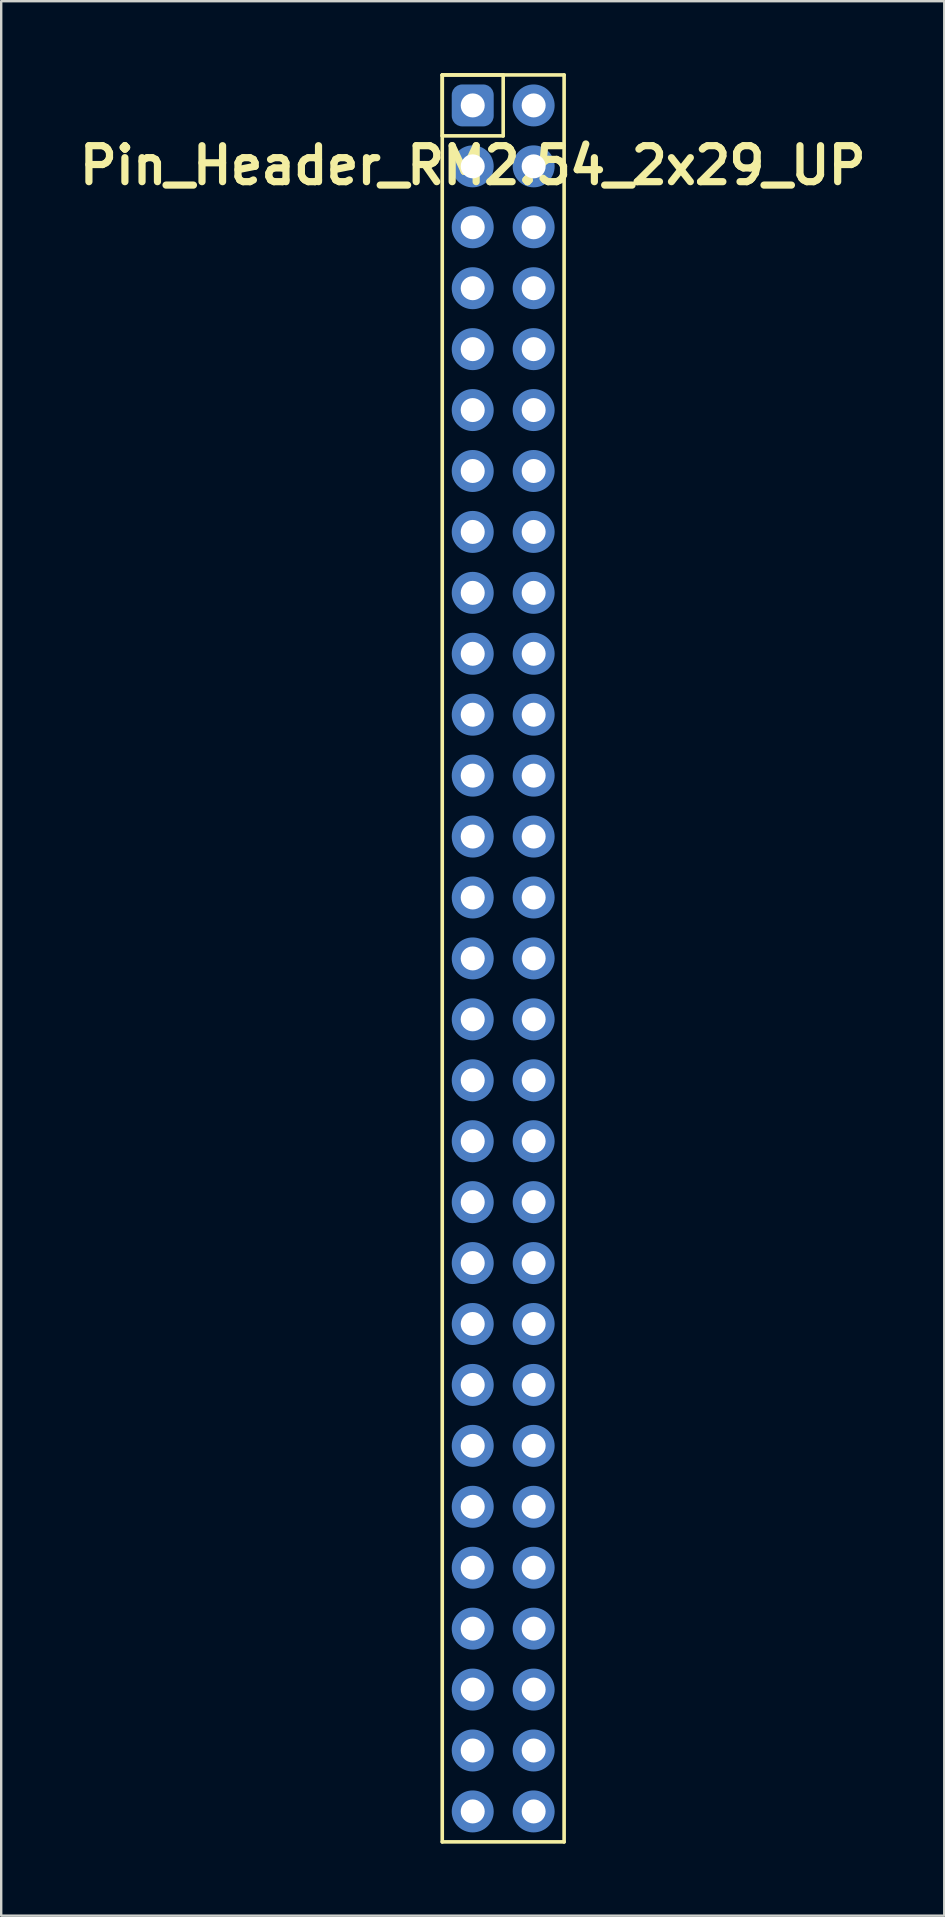
<source format=kicad_pcb>
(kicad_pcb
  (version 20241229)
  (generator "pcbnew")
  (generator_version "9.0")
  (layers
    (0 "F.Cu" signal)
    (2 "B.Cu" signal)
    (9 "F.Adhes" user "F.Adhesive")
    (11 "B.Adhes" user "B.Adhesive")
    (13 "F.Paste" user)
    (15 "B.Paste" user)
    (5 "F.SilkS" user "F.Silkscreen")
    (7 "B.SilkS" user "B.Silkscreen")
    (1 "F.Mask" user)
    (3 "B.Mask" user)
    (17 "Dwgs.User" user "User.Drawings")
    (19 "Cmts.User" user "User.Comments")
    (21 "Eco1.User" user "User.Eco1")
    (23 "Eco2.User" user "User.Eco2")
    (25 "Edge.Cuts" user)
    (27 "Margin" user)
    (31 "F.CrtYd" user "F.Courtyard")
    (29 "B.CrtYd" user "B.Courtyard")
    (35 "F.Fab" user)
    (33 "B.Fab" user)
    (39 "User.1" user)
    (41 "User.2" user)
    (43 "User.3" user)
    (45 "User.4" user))
  (footprint "Pin_Header_RM2.54_2x29_UP"
    (layer "F.Cu")
    (at 16.657 1.345)
    (property "Reference" "Pin_Header_RM2.54_2x29_UP" (at 0 2.5 0) (layer "F.SilkS") (effects (font (size 1.5 1.5) (thickness 0.3))))
    (attr through_hole)
    (fp_line (start -1.27 -1.27) (end 1.27 -1.27) (stroke (width 0.15) (type solid)) (layer "F.SilkS"))
    (fp_line (start -1.27 -1.27) (end 3.81 -1.27) (stroke (width 0.15) (type solid)) (layer "F.SilkS"))
    (fp_line (start -1.27 1.27) (end -1.27 -1.27) (stroke (width 0.15) (type solid)) (layer "F.SilkS"))
    (fp_line (start -1.27 72.39) (end -1.27 -1.27) (stroke (width 0.15) (type solid)) (layer "F.SilkS"))
    (fp_line (start 1.27 -1.27) (end 1.27 1.27) (stroke (width 0.15) (type solid)) (layer "F.SilkS"))
    (fp_line (start 1.27 1.27) (end -1.27 1.27) (stroke (width 0.15) (type solid)) (layer "F.SilkS"))
    (fp_line (start 3.81 -1.27) (end 3.81 72.39) (stroke (width 0.15) (type solid)) (layer "F.SilkS"))
    (fp_line (start 3.81 72.39) (end -1.27 72.39) (stroke (width 0.15) (type solid)) (layer "F.SilkS"))
    (pad "1" thru_hole circle (at 0 0) (size 1.3 1.3) (drill 1) (layers "*.Cu" "*.Mask"))
    (pad "1" smd roundrect (at 0 0) (size 1.5 1.5) (layers "F.Cu" "F.Mask") (roundrect_rratio 0.25))
    (pad "1" smd roundrect (at 0 0) (size 1.75 1.75) (layers "B.Cu" "B.Mask") (roundrect_rratio 0.25))
    (pad "2" thru_hole circle (at 2.54 0) (size 1.3 1.3) (drill 1) (layers "*.Cu" "*.Mask"))
    (pad "2" smd circle (at 2.54 0) (size 1.5 1.5) (layers "F.Cu" "F.Mask"))
    (pad "2" smd circle (at 2.54 0) (size 1.75 1.75) (layers "B.Cu" "B.Mask"))
    (pad "3" thru_hole circle (at 0 2.54) (size 1.3 1.3) (drill 1) (layers "*.Cu" "*.Mask"))
    (pad "3" smd circle (at 0 2.54) (size 1.5 1.5) (layers "F.Cu" "F.Mask"))
    (pad "3" smd circle (at 0 2.54) (size 1.75 1.75) (layers "B.Cu" "B.Mask"))
    (pad "4" thru_hole circle (at 2.54 2.54) (size 1.3 1.3) (drill 1) (layers "*.Cu" "*.Mask"))
    (pad "4" smd circle (at 2.54 2.54) (size 1.5 1.5) (layers "F.Cu" "F.Mask"))
    (pad "4" smd circle (at 2.54 2.54) (size 1.75 1.75) (layers "B.Cu" "B.Mask"))
    (pad "5" thru_hole circle (at 0 5.08) (size 1.3 1.3) (drill 1) (layers "*.Cu" "*.Mask"))
    (pad "5" smd circle (at 0 5.08) (size 1.5 1.5) (layers "F.Cu" "F.Mask"))
    (pad "5" smd circle (at 0 5.08) (size 1.75 1.75) (layers "B.Cu" "B.Mask"))
    (pad "6" thru_hole circle (at 2.54 5.08) (size 1.3 1.3) (drill 1) (layers "*.Cu" "*.Mask"))
    (pad "6" smd circle (at 2.54 5.08) (size 1.5 1.5) (layers "F.Cu" "F.Mask"))
    (pad "6" smd circle (at 2.54 5.08) (size 1.75 1.75) (layers "B.Cu" "B.Mask"))
    (pad "7" thru_hole circle (at 0 7.62) (size 1.3 1.3) (drill 1) (layers "*.Cu" "*.Mask"))
    (pad "7" smd circle (at 0 7.62) (size 1.5 1.5) (layers "F.Cu" "F.Mask"))
    (pad "7" smd circle (at 0 7.62) (size 1.75 1.75) (layers "B.Cu" "B.Mask"))
    (pad "8" thru_hole circle (at 2.54 7.62) (size 1.3 1.3) (drill 1) (layers "*.Cu" "*.Mask"))
    (pad "8" smd circle (at 2.54 7.62) (size 1.5 1.5) (layers "F.Cu" "F.Mask"))
    (pad "8" smd circle (at 2.54 7.62) (size 1.75 1.75) (layers "B.Cu" "B.Mask"))
    (pad "9" thru_hole circle (at 0 10.16) (size 1.3 1.3) (drill 1) (layers "*.Cu" "*.Mask"))
    (pad "9" smd circle (at 0 10.16) (size 1.5 1.5) (layers "F.Cu" "F.Mask"))
    (pad "9" smd circle (at 0 10.16) (size 1.75 1.75) (layers "B.Cu" "B.Mask"))
    (pad "10" thru_hole circle (at 2.54 10.16) (size 1.3 1.3) (drill 1) (layers "*.Cu" "*.Mask"))
    (pad "10" smd circle (at 2.54 10.16) (size 1.5 1.5) (layers "F.Cu" "F.Mask"))
    (pad "10" smd circle (at 2.54 10.16) (size 1.75 1.75) (layers "B.Cu" "B.Mask"))
    (pad "11" thru_hole circle (at 0 12.7) (size 1.3 1.3) (drill 1) (layers "*.Cu" "*.Mask"))
    (pad "11" smd circle (at 0 12.7) (size 1.5 1.5) (layers "F.Cu" "F.Mask"))
    (pad "11" smd circle (at 0 12.7) (size 1.75 1.75) (layers "B.Cu" "B.Mask"))
    (pad "12" thru_hole circle (at 2.54 12.7) (size 1.3 1.3) (drill 1) (layers "*.Cu" "*.Mask"))
    (pad "12" smd circle (at 2.54 12.7) (size 1.5 1.5) (layers "F.Cu" "F.Mask"))
    (pad "12" smd circle (at 2.54 12.7) (size 1.75 1.75) (layers "B.Cu" "B.Mask"))
    (pad "13" thru_hole circle (at 0 15.24) (size 1.3 1.3) (drill 1) (layers "*.Cu" "*.Mask"))
    (pad "13" smd circle (at 0 15.24) (size 1.5 1.5) (layers "F.Cu" "F.Mask"))
    (pad "13" smd circle (at 0 15.24) (size 1.75 1.75) (layers "B.Cu" "B.Mask"))
    (pad "14" thru_hole circle (at 2.54 15.24) (size 1.3 1.3) (drill 1) (layers "*.Cu" "*.Mask"))
    (pad "14" smd circle (at 2.54 15.24) (size 1.5 1.5) (layers "F.Cu" "F.Mask"))
    (pad "14" smd circle (at 2.54 15.24) (size 1.75 1.75) (layers "B.Cu" "B.Mask"))
    (pad "15" thru_hole circle (at 0 17.78) (size 1.3 1.3) (drill 1) (layers "*.Cu" "*.Mask"))
    (pad "15" smd circle (at 0 17.78) (size 1.5 1.5) (layers "F.Cu" "F.Mask"))
    (pad "15" smd circle (at 0 17.78) (size 1.75 1.75) (layers "B.Cu" "B.Mask"))
    (pad "16" thru_hole circle (at 2.54 17.78) (size 1.3 1.3) (drill 1) (layers "*.Cu" "*.Mask"))
    (pad "16" smd circle (at 2.54 17.78) (size 1.5 1.5) (layers "F.Cu" "F.Mask"))
    (pad "16" smd circle (at 2.54 17.78) (size 1.75 1.75) (layers "B.Cu" "B.Mask"))
    (pad "17" thru_hole circle (at 0 20.32) (size 1.3 1.3) (drill 1) (layers "*.Cu" "*.Mask"))
    (pad "17" smd circle (at 0 20.32) (size 1.5 1.5) (layers "F.Cu" "F.Mask"))
    (pad "17" smd circle (at 0 20.32) (size 1.75 1.75) (layers "B.Cu" "B.Mask"))
    (pad "18" thru_hole circle (at 2.54 20.32) (size 1.3 1.3) (drill 1) (layers "*.Cu" "*.Mask"))
    (pad "18" smd circle (at 2.54 20.32) (size 1.5 1.5) (layers "F.Cu" "F.Mask"))
    (pad "18" smd circle (at 2.54 20.32) (size 1.75 1.75) (layers "B.Cu" "B.Mask"))
    (pad "19" thru_hole circle (at 0 22.86) (size 1.3 1.3) (drill 1) (layers "*.Cu" "*.Mask"))
    (pad "19" smd circle (at 0 22.86) (size 1.5 1.5) (layers "F.Cu" "F.Mask"))
    (pad "19" smd circle (at 0 22.86) (size 1.75 1.75) (layers "B.Cu" "B.Mask"))
    (pad "20" thru_hole circle (at 2.54 22.86) (size 1.3 1.3) (drill 1) (layers "*.Cu" "*.Mask"))
    (pad "20" smd circle (at 2.54 22.86) (size 1.5 1.5) (layers "F.Cu" "F.Mask"))
    (pad "20" smd circle (at 2.54 22.86) (size 1.75 1.75) (layers "B.Cu" "B.Mask"))
    (pad "21" thru_hole circle (at 0 25.4) (size 1.3 1.3) (drill 1) (layers "*.Cu" "*.Mask"))
    (pad "21" smd circle (at 0 25.4) (size 1.5 1.5) (layers "F.Cu" "F.Mask"))
    (pad "21" smd circle (at 0 25.4) (size 1.75 1.75) (layers "B.Cu" "B.Mask"))
    (pad "22" thru_hole circle (at 2.54 25.4) (size 1.3 1.3) (drill 1) (layers "*.Cu" "*.Mask"))
    (pad "22" smd circle (at 2.54 25.4) (size 1.5 1.5) (layers "F.Cu" "F.Mask"))
    (pad "22" smd circle (at 2.54 25.4) (size 1.75 1.75) (layers "B.Cu" "B.Mask"))
    (pad "23" thru_hole circle (at 0 27.94) (size 1.3 1.3) (drill 1) (layers "*.Cu" "*.Mask"))
    (pad "23" smd circle (at 0 27.94) (size 1.5 1.5) (layers "F.Cu" "F.Mask"))
    (pad "23" smd circle (at 0 27.94) (size 1.75 1.75) (layers "B.Cu" "B.Mask"))
    (pad "24" thru_hole circle (at 2.54 27.94) (size 1.3 1.3) (drill 1) (layers "*.Cu" "*.Mask"))
    (pad "24" smd circle (at 2.54 27.94) (size 1.5 1.5) (layers "F.Cu" "F.Mask"))
    (pad "24" smd circle (at 2.54 27.94) (size 1.75 1.75) (layers "B.Cu" "B.Mask"))
    (pad "25" thru_hole circle (at 0 30.48) (size 1.3 1.3) (drill 1) (layers "*.Cu" "*.Mask"))
    (pad "25" smd circle (at 0 30.48) (size 1.5 1.5) (layers "F.Cu" "F.Mask"))
    (pad "25" smd circle (at 0 30.48) (size 1.75 1.75) (layers "B.Cu" "B.Mask"))
    (pad "26" thru_hole circle (at 2.54 30.48) (size 1.3 1.3) (drill 1) (layers "*.Cu" "*.Mask"))
    (pad "26" smd circle (at 2.54 30.48) (size 1.5 1.5) (layers "F.Cu" "F.Mask"))
    (pad "26" smd circle (at 2.54 30.48) (size 1.75 1.75) (layers "B.Cu" "B.Mask"))
    (pad "27" thru_hole circle (at 0 33.02) (size 1.3 1.3) (drill 1) (layers "*.Cu" "*.Mask"))
    (pad "27" smd circle (at 0 33.02) (size 1.5 1.5) (layers "F.Cu" "F.Mask"))
    (pad "27" smd circle (at 0 33.02) (size 1.75 1.75) (layers "B.Cu" "B.Mask"))
    (pad "28" thru_hole circle (at 2.54 33.02) (size 1.3 1.3) (drill 1) (layers "*.Cu" "*.Mask"))
    (pad "28" smd circle (at 2.54 33.02) (size 1.5 1.5) (layers "F.Cu" "F.Mask"))
    (pad "28" smd circle (at 2.54 33.02) (size 1.75 1.75) (layers "B.Cu" "B.Mask"))
    (pad "29" thru_hole circle (at 0 35.56) (size 1.3 1.3) (drill 1) (layers "*.Cu" "*.Mask"))
    (pad "29" smd circle (at 0 35.56) (size 1.5 1.5) (layers "F.Cu" "F.Mask"))
    (pad "29" smd circle (at 0 35.56) (size 1.75 1.75) (layers "B.Cu" "B.Mask"))
    (pad "30" thru_hole circle (at 2.54 35.56) (size 1.3 1.3) (drill 1) (layers "*.Cu" "*.Mask"))
    (pad "30" smd circle (at 2.54 35.56) (size 1.5 1.5) (layers "F.Cu" "F.Mask"))
    (pad "30" smd circle (at 2.54 35.56) (size 1.75 1.75) (layers "B.Cu" "B.Mask"))
    (pad "31" thru_hole circle (at 0 38.1) (size 1.3 1.3) (drill 1) (layers "*.Cu" "*.Mask"))
    (pad "31" smd circle (at 0 38.1) (size 1.5 1.5) (layers "F.Cu" "F.Mask"))
    (pad "31" smd circle (at 0 38.1) (size 1.75 1.75) (layers "B.Cu" "B.Mask"))
    (pad "32" thru_hole circle (at 2.54 38.1) (size 1.3 1.3) (drill 1) (layers "*.Cu" "*.Mask"))
    (pad "32" smd circle (at 2.54 38.1) (size 1.5 1.5) (layers "F.Cu" "F.Mask"))
    (pad "32" smd circle (at 2.54 38.1) (size 1.75 1.75) (layers "B.Cu" "B.Mask"))
    (pad "33" thru_hole circle (at 0 40.64) (size 1.3 1.3) (drill 1) (layers "*.Cu" "*.Mask"))
    (pad "33" smd circle (at 0 40.64) (size 1.5 1.5) (layers "F.Cu" "F.Mask"))
    (pad "33" smd circle (at 0 40.64) (size 1.75 1.75) (layers "B.Cu" "B.Mask"))
    (pad "34" thru_hole circle (at 2.54 40.64) (size 1.3 1.3) (drill 1) (layers "*.Cu" "*.Mask"))
    (pad "34" smd circle (at 2.54 40.64) (size 1.5 1.5) (layers "F.Cu" "F.Mask"))
    (pad "34" smd circle (at 2.54 40.64) (size 1.75 1.75) (layers "B.Cu" "B.Mask"))
    (pad "35" thru_hole circle (at 0 43.18) (size 1.3 1.3) (drill 1) (layers "*.Cu" "*.Mask"))
    (pad "35" smd circle (at 0 43.18) (size 1.5 1.5) (layers "F.Cu" "F.Mask"))
    (pad "35" smd circle (at 0 43.18) (size 1.75 1.75) (layers "B.Cu" "B.Mask"))
    (pad "36" thru_hole circle (at 2.54 43.18) (size 1.3 1.3) (drill 1) (layers "*.Cu" "*.Mask"))
    (pad "36" smd circle (at 2.54 43.18) (size 1.5 1.5) (layers "F.Cu" "F.Mask"))
    (pad "36" smd circle (at 2.54 43.18) (size 1.75 1.75) (layers "B.Cu" "B.Mask"))
    (pad "37" thru_hole circle (at 0 45.72) (size 1.3 1.3) (drill 1) (layers "*.Cu" "*.Mask"))
    (pad "37" smd circle (at 0 45.72) (size 1.5 1.5) (layers "F.Cu" "F.Mask"))
    (pad "37" smd circle (at 0 45.72) (size 1.75 1.75) (layers "B.Cu" "B.Mask"))
    (pad "38" thru_hole circle (at 2.54 45.72) (size 1.3 1.3) (drill 1) (layers "*.Cu" "*.Mask"))
    (pad "38" smd circle (at 2.54 45.72) (size 1.5 1.5) (layers "F.Cu" "F.Mask"))
    (pad "38" smd circle (at 2.54 45.72) (size 1.75 1.75) (layers "B.Cu" "B.Mask"))
    (pad "39" thru_hole circle (at 0 48.26) (size 1.3 1.3) (drill 1) (layers "*.Cu" "*.Mask"))
    (pad "39" smd circle (at 0 48.26) (size 1.5 1.5) (layers "F.Cu" "F.Mask"))
    (pad "39" smd circle (at 0 48.26) (size 1.75 1.75) (layers "B.Cu" "B.Mask"))
    (pad "40" thru_hole circle (at 2.54 48.26) (size 1.3 1.3) (drill 1) (layers "*.Cu" "*.Mask"))
    (pad "40" smd circle (at 2.54 48.26) (size 1.5 1.5) (layers "F.Cu" "F.Mask"))
    (pad "40" smd circle (at 2.54 48.26) (size 1.75 1.75) (layers "B.Cu" "B.Mask"))
    (pad "41" thru_hole circle (at 0 50.8) (size 1.3 1.3) (drill 1) (layers "*.Cu" "*.Mask"))
    (pad "41" smd circle (at 0 50.8) (size 1.5 1.5) (layers "F.Cu" "F.Mask"))
    (pad "41" smd circle (at 0 50.8) (size 1.75 1.75) (layers "B.Cu" "B.Mask"))
    (pad "42" thru_hole circle (at 2.54 50.8) (size 1.3 1.3) (drill 1) (layers "*.Cu" "*.Mask"))
    (pad "42" smd circle (at 2.54 50.8) (size 1.5 1.5) (layers "F.Cu" "F.Mask"))
    (pad "42" smd circle (at 2.54 50.8) (size 1.75 1.75) (layers "B.Cu" "B.Mask"))
    (pad "43" thru_hole circle (at 0 53.34) (size 1.3 1.3) (drill 1) (layers "*.Cu" "*.Mask"))
    (pad "43" smd circle (at 0 53.34) (size 1.5 1.5) (layers "F.Cu" "F.Mask"))
    (pad "43" smd circle (at 0 53.34) (size 1.75 1.75) (layers "B.Cu" "B.Mask"))
    (pad "44" thru_hole circle (at 2.54 53.34) (size 1.3 1.3) (drill 1) (layers "*.Cu" "*.Mask"))
    (pad "44" smd circle (at 2.54 53.34) (size 1.5 1.5) (layers "F.Cu" "F.Mask"))
    (pad "44" smd circle (at 2.54 53.34) (size 1.75 1.75) (layers "B.Cu" "B.Mask"))
    (pad "45" thru_hole circle (at 0 55.88) (size 1.3 1.3) (drill 1) (layers "*.Cu" "*.Mask"))
    (pad "45" smd circle (at 0 55.88) (size 1.5 1.5) (layers "F.Cu" "F.Mask"))
    (pad "45" smd circle (at 0 55.88) (size 1.75 1.75) (layers "B.Cu" "B.Mask"))
    (pad "46" thru_hole circle (at 2.54 55.88) (size 1.3 1.3) (drill 1) (layers "*.Cu" "*.Mask"))
    (pad "46" smd circle (at 2.54 55.88) (size 1.5 1.5) (layers "F.Cu" "F.Mask"))
    (pad "46" smd circle (at 2.54 55.88) (size 1.75 1.75) (layers "B.Cu" "B.Mask"))
    (pad "47" thru_hole circle (at 0 58.42) (size 1.3 1.3) (drill 1) (layers "*.Cu" "*.Mask"))
    (pad "47" smd circle (at 0 58.42) (size 1.5 1.5) (layers "F.Cu" "F.Mask"))
    (pad "47" smd circle (at 0 58.42) (size 1.75 1.75) (layers "B.Cu" "B.Mask"))
    (pad "48" thru_hole circle (at 2.54 58.42) (size 1.3 1.3) (drill 1) (layers "*.Cu" "*.Mask"))
    (pad "48" smd circle (at 2.54 58.42) (size 1.5 1.5) (layers "F.Cu" "F.Mask"))
    (pad "48" smd circle (at 2.54 58.42) (size 1.75 1.75) (layers "B.Cu" "B.Mask"))
    (pad "49" thru_hole circle (at 0 60.96) (size 1.3 1.3) (drill 1) (layers "*.Cu" "*.Mask"))
    (pad "49" smd circle (at 0 60.96) (size 1.5 1.5) (layers "F.Cu" "F.Mask"))
    (pad "49" smd circle (at 0 60.96) (size 1.75 1.75) (layers "B.Cu" "B.Mask"))
    (pad "50" thru_hole circle (at 2.54 60.96) (size 1.3 1.3) (drill 1) (layers "*.Cu" "*.Mask"))
    (pad "50" smd circle (at 2.54 60.96) (size 1.5 1.5) (layers "F.Cu" "F.Mask"))
    (pad "50" smd circle (at 2.54 60.96) (size 1.75 1.75) (layers "B.Cu" "B.Mask"))
    (pad "51" thru_hole circle (at 0 63.5) (size 1.3 1.3) (drill 1) (layers "*.Cu" "*.Mask"))
    (pad "51" smd circle (at 0 63.5) (size 1.5 1.5) (layers "F.Cu" "F.Mask"))
    (pad "51" smd circle (at 0 63.5) (size 1.75 1.75) (layers "B.Cu" "B.Mask"))
    (pad "52" thru_hole circle (at 2.54 63.5) (size 1.3 1.3) (drill 1) (layers "*.Cu" "*.Mask"))
    (pad "52" smd circle (at 2.54 63.5) (size 1.5 1.5) (layers "F.Cu" "F.Mask"))
    (pad "52" smd circle (at 2.54 63.5) (size 1.75 1.75) (layers "B.Cu" "B.Mask"))
    (pad "53" thru_hole circle (at 0 66.04) (size 1.3 1.3) (drill 1) (layers "*.Cu" "*.Mask"))
    (pad "53" smd circle (at 0 66.04) (size 1.5 1.5) (layers "F.Cu" "F.Mask"))
    (pad "53" smd circle (at 0 66.04) (size 1.75 1.75) (layers "B.Cu" "B.Mask"))
    (pad "54" thru_hole circle (at 2.54 66.04) (size 1.3 1.3) (drill 1) (layers "*.Cu" "*.Mask"))
    (pad "54" smd circle (at 2.54 66.04) (size 1.5 1.5) (layers "F.Cu" "F.Mask"))
    (pad "54" smd circle (at 2.54 66.04) (size 1.75 1.75) (layers "B.Cu" "B.Mask"))
    (pad "55" thru_hole circle (at 0 68.58) (size 1.3 1.3) (drill 1) (layers "*.Cu" "*.Mask"))
    (pad "55" smd circle (at 0 68.58) (size 1.5 1.5) (layers "F.Cu" "F.Mask"))
    (pad "55" smd circle (at 0 68.58) (size 1.75 1.75) (layers "B.Cu" "B.Mask"))
    (pad "56" thru_hole circle (at 2.54 68.58) (size 1.3 1.3) (drill 1) (layers "*.Cu" "*.Mask"))
    (pad "56" smd circle (at 2.54 68.58) (size 1.5 1.5) (layers "F.Cu" "F.Mask"))
    (pad "56" smd circle (at 2.54 68.58) (size 1.75 1.75) (layers "B.Cu" "B.Mask"))
    (pad "57" thru_hole circle (at 0 71.12) (size 1.3 1.3) (drill 1) (layers "*.Cu" "*.Mask"))
    (pad "57" smd circle (at 0 71.12) (size 1.5 1.5) (layers "F.Cu" "F.Mask"))
    (pad "57" smd circle (at 0 71.12) (size 1.75 1.75) (layers "B.Cu" "B.Mask"))
    (pad "58" thru_hole circle (at 2.54 71.12) (size 1.3 1.3) (drill 1) (layers "*.Cu" "*.Mask"))
    (pad "58" smd circle (at 2.54 71.12) (size 1.5 1.5) (layers "F.Cu" "F.Mask"))
    (pad "58" smd circle (at 2.54 71.12) (size 1.75 1.75) (layers "B.Cu" "B.Mask")))
  (gr_rect
    (start -3 -3)
    (end 36.314 76.81)
    (stroke (width 0.1) (type default))
    (fill no)
    (layer "Edge.Cuts")))
</source>
